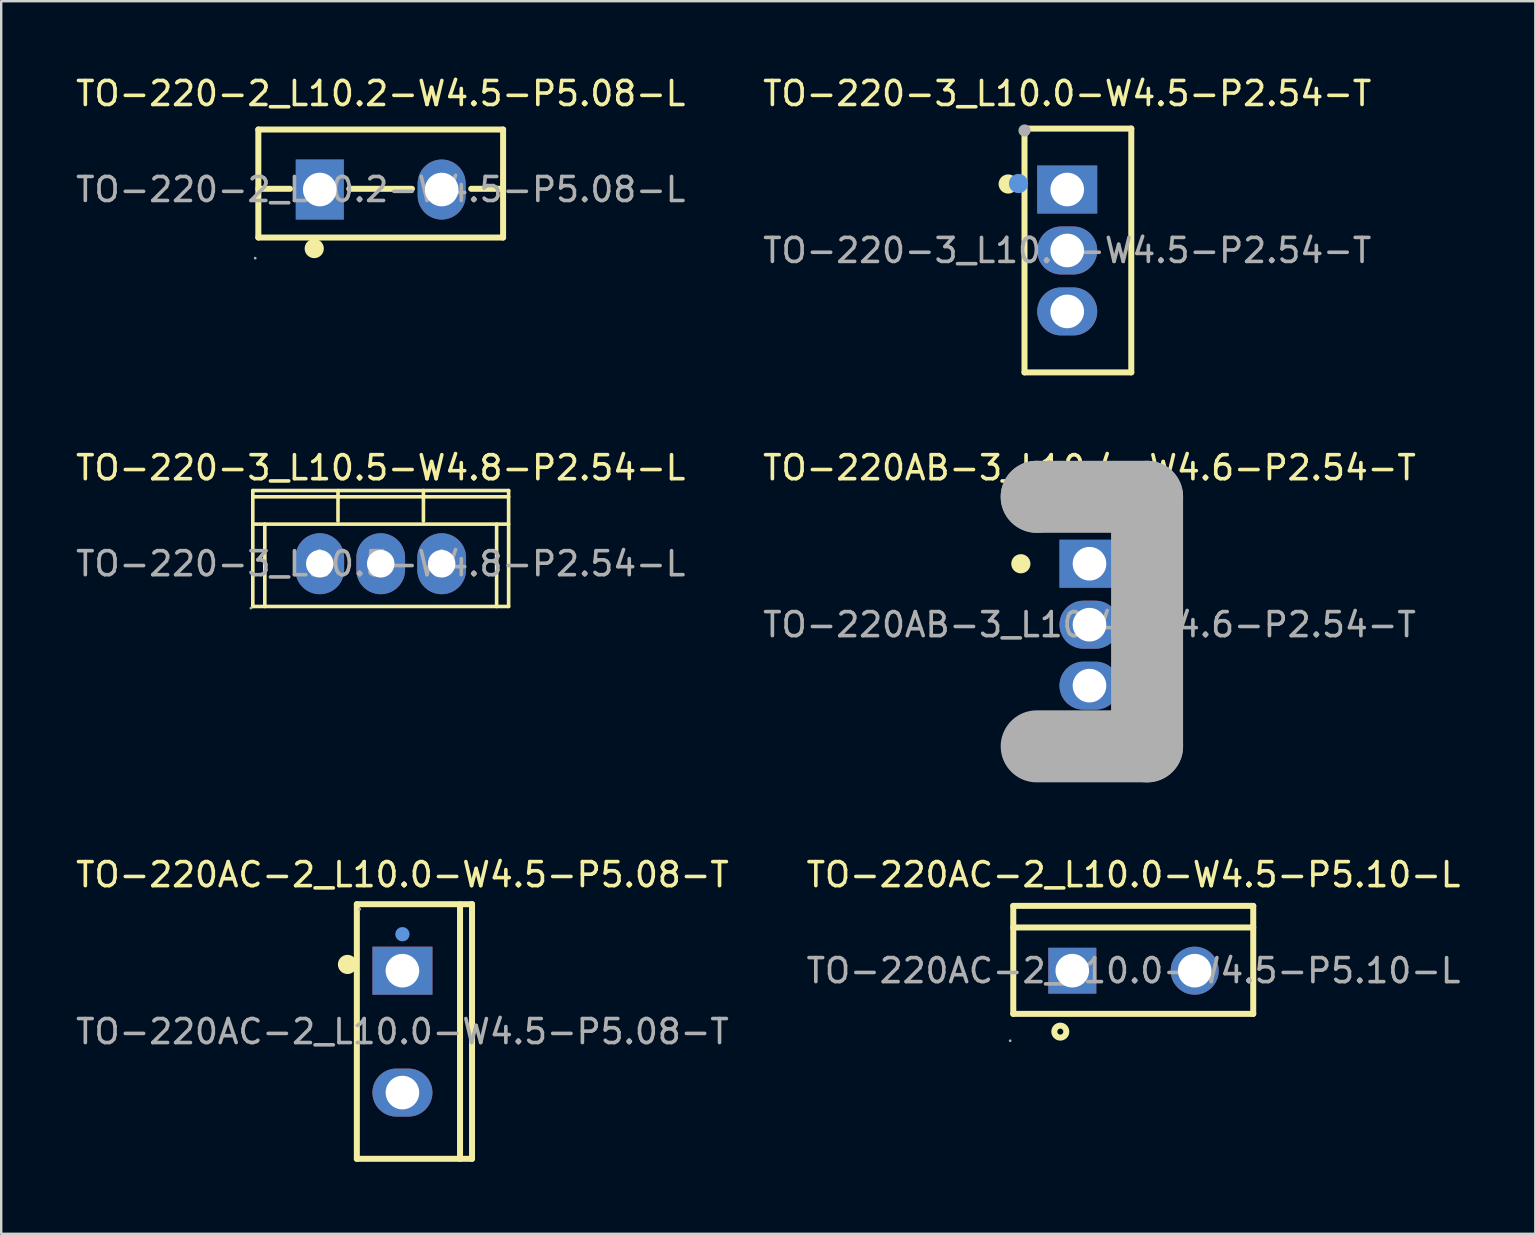
<source format=kicad_pcb>
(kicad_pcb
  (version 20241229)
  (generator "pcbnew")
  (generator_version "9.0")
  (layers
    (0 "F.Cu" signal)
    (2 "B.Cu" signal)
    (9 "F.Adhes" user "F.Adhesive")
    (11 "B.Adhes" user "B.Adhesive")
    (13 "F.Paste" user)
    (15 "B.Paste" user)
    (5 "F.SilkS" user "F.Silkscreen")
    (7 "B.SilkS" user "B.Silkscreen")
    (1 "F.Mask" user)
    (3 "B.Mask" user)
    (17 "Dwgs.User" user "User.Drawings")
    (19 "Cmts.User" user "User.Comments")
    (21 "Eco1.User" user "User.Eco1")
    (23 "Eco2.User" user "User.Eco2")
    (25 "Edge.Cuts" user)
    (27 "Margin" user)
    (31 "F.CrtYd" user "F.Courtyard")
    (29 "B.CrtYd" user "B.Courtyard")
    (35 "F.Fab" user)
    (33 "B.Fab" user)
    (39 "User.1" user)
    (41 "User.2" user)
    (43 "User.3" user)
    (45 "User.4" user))
  (footprint "TO-220-3_L10.5-W4.8-P2.54-L"
    (layer "F.Cu")
    (at 12.815 20.442)
    (property "Reference" "TO-220-3_L10.5-W4.8-P2.54-L" (at 0 -4 0) (layer "F.SilkS") (effects (font (size 1 1) (thickness 0.15))))
    (attr through_hole)
    (fp_line (start -5.33 -3.05) (end 5.33 -3.05) (stroke (width 0.15) (type solid)) (layer "F.SilkS"))
    (fp_line (start -5.33 -1.65) (end 5.33 -1.65) (stroke (width 0.15) (type solid)) (layer "F.SilkS"))
    (fp_line (start -5.33 1.78) (end -5.33 -3.05) (stroke (width 0.15) (type solid)) (layer "F.SilkS"))
    (fp_line (start -4.83 -1.65) (end -4.83 1.78) (stroke (width 0.15) (type solid)) (layer "F.SilkS"))
    (fp_line (start -1.78 -1.78) (end -1.78 -3.05) (stroke (width 0.15) (type solid)) (layer "F.SilkS"))
    (fp_line (start 1.78 -1.78) (end 1.78 -3.05) (stroke (width 0.15) (type solid)) (layer "F.SilkS"))
    (fp_line (start 4.83 -1.65) (end 4.83 1.78) (stroke (width 0.15) (type solid)) (layer "F.SilkS"))
    (fp_line (start 5.33 -3.05) (end 5.33 1.78) (stroke (width 0.15) (type solid)) (layer "F.SilkS"))
    (fp_line (start 5.33 -2.79) (end -5.33 -2.79) (stroke (width 0.15) (type solid)) (layer "F.SilkS"))
    (fp_line (start 5.33 1.78) (end -5.33 1.78) (stroke (width 0.15) (type solid)) (layer "F.SilkS"))
    (fp_circle (center -5.41 1.85) (end -5.38 1.85) (stroke (width 0.06) (type solid)) (fill no) (layer "F.Fab"))
    (fp_text user "${REFERENCE}" (at 0 0 0) (layer "F.Fab") (effects (font (size 1 1) (thickness 0.15))))
    (pad "1" thru_hole oval (at -2.54 0) (size 2.03 2.54) (drill oval 1.143 1.148) (layers "*.Cu" "*.Paste" "*.Mask"))
    (pad "2" thru_hole oval (at 0 0) (size 2.03 2.54) (drill oval 1.143 1.148) (layers "*.Cu" "*.Paste" "*.Mask"))
    (pad "3" thru_hole oval (at 2.54 0) (size 2.03 2.54) (drill oval 1.143 1.148) (layers "*.Cu" "*.Paste" "*.Mask")))
  (footprint "TO-220AB-3_L10.4-W4.6-P2.54-T"
    (layer "F.Cu")
    (at 42.351 22.982)
    (property "Reference" "TO-220AB-3_L10.4-W4.6-P2.54-T" (at 0 -6.54 0) (layer "F.SilkS") (effects (font (size 1 1) (thickness 0.15))))
    (attr through_hole)
    (fp_line (start 1.91 5.08) (end 1.91 -5.33) (stroke (width 0.25) (type solid)) (layer "F.SilkS"))
    (fp_arc (start -2.66 -2.53) (mid -3.060188 -2.544988) (end -2.65975 -2.540027) (stroke (width 0.4) (type solid)) (layer "F.SilkS"))
    (fp_line (start -2.2 -5.33) (end -2.2 -5.33) (stroke (width 3) (type solid)) (layer "F.Fab"))
    (fp_line (start -2.2 -5.33) (end 2.4 -5.33) (stroke (width 3) (type solid)) (layer "F.Fab"))
    (fp_line (start 2.4 -5.33) (end 2.4 5.07) (stroke (width 3) (type solid)) (layer "F.Fab"))
    (fp_line (start 2.4 5.07) (end -2.2 5.07) (stroke (width 3) (type solid)) (layer "F.Fab"))
    (fp_circle (center -3.07 -5.46) (end -3.04 -5.46) (stroke (width 0.06) (type solid)) (fill no) (layer "F.Fab"))
    (fp_circle (center 0 -2.54) (end 0.3 -2.54) (stroke (width 0.6) (type solid)) (fill no) (layer "F.Fab"))
    (fp_circle (center 0 0) (end 0.3 0) (stroke (width 0.6) (type solid)) (fill no) (layer "F.Fab"))
    (fp_circle (center 0 2.54) (end 0.3 2.54) (stroke (width 0.6) (type solid)) (fill no) (layer "F.Fab"))
    (fp_text user "${REFERENCE}" (at 0 0 0) (layer "F.Fab") (effects (font (size 1 1) (thickness 0.15))))
    (pad "1" thru_hole rect (at 0 -2.54 270) (size 2 2.5) (drill 1.4) (layers "*.Cu" "*.Paste" "*.Mask"))
    (pad "2" thru_hole oval (at 0 0 270) (size 2 2.5) (drill 1.4) (layers "*.Cu" "*.Paste" "*.Mask"))
    (pad "3" thru_hole oval (at 0 2.54 270) (size 2 2.5) (drill 1.4) (layers "*.Cu" "*.Paste" "*.Mask")))
  (footprint "TO-220AC-2_L10.0-W4.5-P5.10-L"
    (layer "F.Cu")
    (at 44.185 37.4)
    (property "Reference" "TO-220AC-2_L10.0-W4.5-P5.10-L" (at 0 -4 0) (layer "F.SilkS") (effects (font (size 1 1) (thickness 0.15))))
    (attr through_hole)
    (fp_line (start -5.01 -2.7) (end 4.99 -2.7) (stroke (width 0.25) (type solid)) (layer "F.SilkS"))
    (fp_line (start -5.01 -1.8) (end 4.99 -1.8) (stroke (width 0.25) (type solid)) (layer "F.SilkS"))
    (fp_line (start -5.01 1.8) (end -5.01 -2.7) (stroke (width 0.25) (type solid)) (layer "F.SilkS"))
    (fp_line (start -5.01 1.8) (end 4.99 1.8) (stroke (width 0.25) (type solid)) (layer "F.SilkS"))
    (fp_line (start 4.99 1.8) (end 4.99 -2.7) (stroke (width 0.25) (type solid)) (layer "F.SilkS"))
    (fp_circle (center -3.05 2.54) (end -2.8 2.54) (stroke (width 0.25) (type solid)) (fill no) (layer "F.SilkS"))
    (fp_circle (center -5.14 2.92) (end -5.11 2.92) (stroke (width 0.06) (type solid)) (fill no) (layer "F.Fab"))
    (fp_circle (center -2.55 0) (end -2.25 0) (stroke (width 0.6) (type solid)) (fill no) (layer "F.Fab"))
    (fp_circle (center 2.55 0) (end 2.85 0) (stroke (width 0.6) (type solid)) (fill no) (layer "F.Fab"))
    (fp_text user "${REFERENCE}" (at 0 0 0) (layer "F.Fab") (effects (font (size 1 1) (thickness 0.15))))
    (pad "1" thru_hole rect (at -2.55 0 90) (size 1.91 2) (drill 1.4) (layers "*.Cu" "*.Paste" "*.Mask"))
    (pad "3" thru_hole circle (at 2.55 0) (size 2 2) (drill 1.4) (layers "*.Cu" "*.Paste" "*.Mask")))
  (footprint "TO-220-3_L10.0-W4.5-P2.54-T"
    (layer "F.Cu")
    (at 41.423 7.388)
    (property "Reference" "TO-220-3_L10.0-W4.5-P2.54-T" (at 0 -6.54 0) (layer "F.SilkS") (effects (font (size 1 1) (thickness 0.15))))
    (attr through_hole)
    (fp_line (start -1.78 -4.95) (end -1.78 5.08) (stroke (width 0.25) (type solid)) (layer "F.SilkS"))
    (fp_line (start -1.78 5.08) (end 2.67 5.08) (stroke (width 0.25) (type solid)) (layer "F.SilkS"))
    (fp_line (start 2.67 -5.08) (end -1.78 -5.08) (stroke (width 0.25) (type solid)) (layer "F.SilkS"))
    (fp_line (start 2.67 5.08) (end 2.67 -5.08) (stroke (width 0.25) (type solid)) (layer "F.SilkS"))
    (fp_arc (start -2.46 -2.77) (mid -2.46 -2.77) (end -2.46 -2.77) (stroke (width 0.4) (type solid)) (layer "F.SilkS"))
    (fp_circle (center -2.03 -2.79) (end -1.83 -2.79) (stroke (width 0.4) (type solid)) (fill no) (layer "Cmts.User"))
    (fp_circle (center -1.78 -5) (end -1.65 -5) (stroke (width 0.25) (type solid)) (fill no) (layer "F.Fab"))
    (fp_circle (center 0 -2.54) (end 0.23 -2.54) (stroke (width 0.45) (type solid)) (fill no) (layer "F.Fab"))
    (fp_circle (center 0 0) (end 0.23 0) (stroke (width 0.45) (type solid)) (fill no) (layer "F.Fab"))
    (fp_circle (center 0 2.54) (end 0.23 2.54) (stroke (width 0.45) (type solid)) (fill no) (layer "F.Fab"))
    (fp_text user "${REFERENCE}" (at 0 0 0) (layer "F.Fab") (effects (font (size 1 1) (thickness 0.15))))
    (pad "1" thru_hole rect (at 0 -2.54 270) (size 2 2.5) (drill 1.4) (layers "*.Cu" "*.Paste" "*.Mask"))
    (pad "2" thru_hole oval (at 0 0 270) (size 2 2.5) (drill 1.4) (layers "*.Cu" "*.Paste" "*.Mask"))
    (pad "3" thru_hole oval (at 0 2.54 270) (size 2 2.5) (drill 1.4) (layers "*.Cu" "*.Paste" "*.Mask")))
  (footprint "TO-220AC-2_L10.0-W4.5-P5.08-T"
    (layer "F.Cu")
    (at 13.72 39.94)
    (property "Reference" "TO-220AC-2_L10.0-W4.5-P5.08-T" (at 0 -6.54 0) (layer "F.SilkS") (effects (font (size 1 1) (thickness 0.15))))
    (attr through_hole)
    (fp_line (start -1.9 -5.31) (end 2.89 -5.31) (stroke (width 0.25) (type solid)) (layer "F.SilkS"))
    (fp_line (start -1.9 5.3) (end -1.9 -5.31) (stroke (width 0.25) (type solid)) (layer "F.SilkS"))
    (fp_line (start 2.4 -5.06) (end 2.4 -5.3) (stroke (width 0.25) (type solid)) (layer "F.SilkS"))
    (fp_line (start 2.4 5.3) (end 2.4 -5.06) (stroke (width 0.25) (type solid)) (layer "F.SilkS"))
    (fp_line (start 2.89 -5.31) (end 2.9 -5.31) (stroke (width 0.25) (type solid)) (layer "F.SilkS"))
    (fp_line (start 2.9 -5.31) (end 2.9 5.3) (stroke (width 0.25) (type solid)) (layer "F.SilkS"))
    (fp_line (start 2.9 5.3) (end -1.9 5.3) (stroke (width 0.25) (type solid)) (layer "F.SilkS"))
    (fp_arc (start -2.29 -2.8) (mid -2.29 -2.8) (end -2.29 -2.8) (stroke (width 0.4) (type solid)) (layer "F.SilkS"))
    (fp_circle (center 0 -4.06) (end 0.15 -4.06) (stroke (width 0.3) (type solid)) (fill no) (layer "Cmts.User"))
    (fp_circle (center -1.78 -5.1) (end -1.75 -5.1) (stroke (width 0.06) (type solid)) (fill no) (layer "F.Fab"))
    (fp_text user "${REFERENCE}" (at 0 0 0) (layer "F.Fab") (effects (font (size 1 1) (thickness 0.15))))
    (pad "1" thru_hole rect (at 0 -2.54 270) (size 2 2.5) (drill 1.4) (layers "*.Cu" "*.Paste" "*.Mask"))
    (pad "3" thru_hole oval (at 0 2.54 270) (size 2 2.5) (drill 1.4) (layers "*.Cu" "*.Paste" "*.Mask")))
  (footprint "TO-220-2_L10.2-W4.5-P5.08-L"
    (layer "F.Cu")
    (at 12.815 4.848)
    (property "Reference" "TO-220-2_L10.2-W4.5-P5.08-L" (at 0 -4 0) (layer "F.SilkS") (effects (font (size 1 1) (thickness 0.15))))
    (attr through_hole)
    (fp_line (start -5.1 -2.5) (end -5.1 2) (stroke (width 0.25) (type solid)) (layer "F.SilkS"))
    (fp_line (start -5.1 -0.03) (end -3.78 -0.03) (stroke (width 0.25) (type solid)) (layer "F.SilkS"))
    (fp_line (start -5.1 2) (end 5.1 2) (stroke (width 0.25) (type solid)) (layer "F.SilkS"))
    (fp_line (start -1.31 -0.03) (end 1.3 -0.03) (stroke (width 0.25) (type solid)) (layer "F.SilkS"))
    (fp_line (start 3.77 -0.03) (end 5.1 -0.03) (stroke (width 0.25) (type solid)) (layer "F.SilkS"))
    (fp_line (start 5.1 -2.5) (end -5.1 -2.5) (stroke (width 0.25) (type solid)) (layer "F.SilkS"))
    (fp_line (start 5.1 -2.5) (end 5.1 2) (stroke (width 0.25) (type solid)) (layer "F.SilkS"))
    (fp_arc (start -2.77 2.46) (mid -2.77 2.46) (end -2.77 2.46) (stroke (width 0.4) (type solid)) (layer "F.SilkS"))
    (fp_circle (center -5.23 2.86) (end -5.2 2.86) (stroke (width 0.06) (type solid)) (fill no) (layer "F.Fab"))
    (fp_circle (center -2.54 0) (end -2.24 0) (stroke (width 0.6) (type solid)) (fill no) (layer "F.Fab"))
    (fp_circle (center 2.54 0) (end 2.84 0) (stroke (width 0.6) (type solid)) (fill no) (layer "F.Fab"))
    (fp_text user "${REFERENCE}" (at 0 0 0) (layer "F.Fab") (effects (font (size 1 1) (thickness 0.15))))
    (pad "1" thru_hole rect (at -2.54 0) (size 2 2.5) (drill 1.4) (layers "*.Cu" "*.Paste" "*.Mask"))
    (pad "3" thru_hole oval (at 2.54 0) (size 2 2.5) (drill 1.4) (layers "*.Cu" "*.Paste" "*.Mask")))
  (gr_rect
    (start -3 -3)
    (end 60.929 48.365)
    (stroke (width 0.1) (type default))
    (fill no)
    (layer "Edge.Cuts")))
</source>
